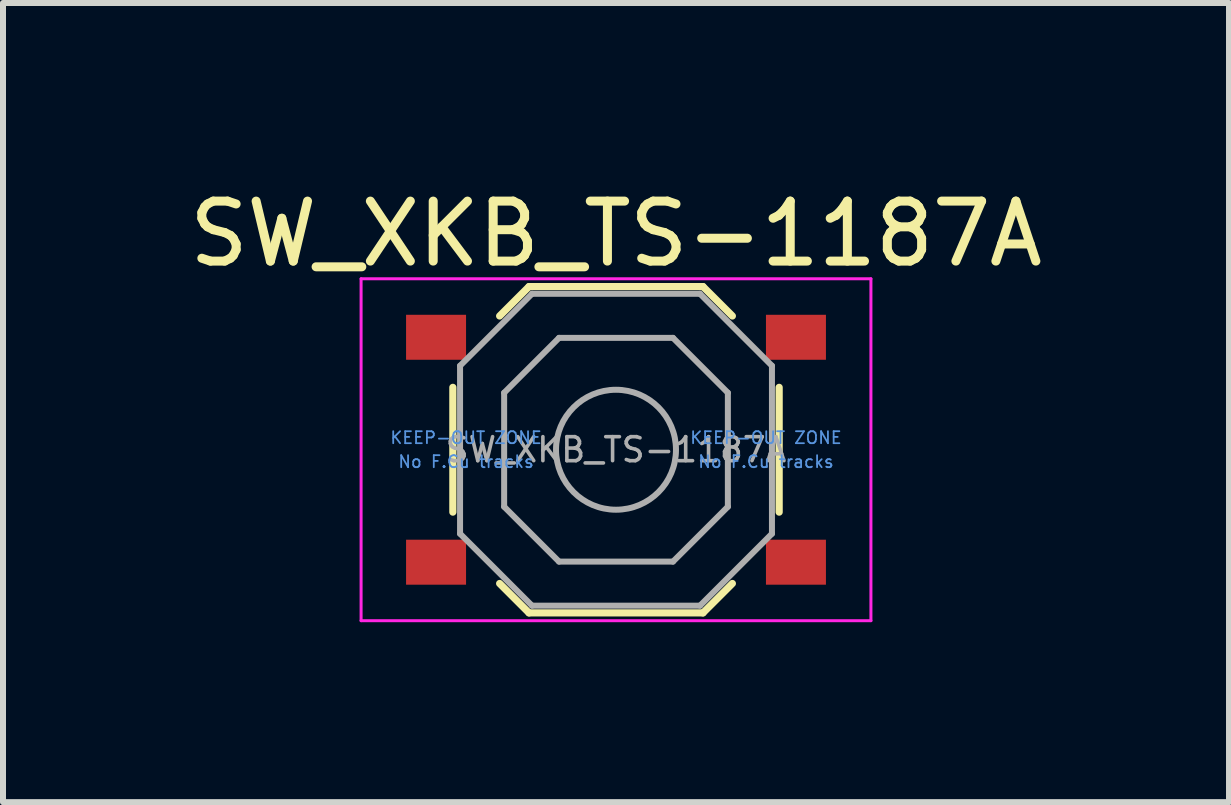
<source format=kicad_pcb>
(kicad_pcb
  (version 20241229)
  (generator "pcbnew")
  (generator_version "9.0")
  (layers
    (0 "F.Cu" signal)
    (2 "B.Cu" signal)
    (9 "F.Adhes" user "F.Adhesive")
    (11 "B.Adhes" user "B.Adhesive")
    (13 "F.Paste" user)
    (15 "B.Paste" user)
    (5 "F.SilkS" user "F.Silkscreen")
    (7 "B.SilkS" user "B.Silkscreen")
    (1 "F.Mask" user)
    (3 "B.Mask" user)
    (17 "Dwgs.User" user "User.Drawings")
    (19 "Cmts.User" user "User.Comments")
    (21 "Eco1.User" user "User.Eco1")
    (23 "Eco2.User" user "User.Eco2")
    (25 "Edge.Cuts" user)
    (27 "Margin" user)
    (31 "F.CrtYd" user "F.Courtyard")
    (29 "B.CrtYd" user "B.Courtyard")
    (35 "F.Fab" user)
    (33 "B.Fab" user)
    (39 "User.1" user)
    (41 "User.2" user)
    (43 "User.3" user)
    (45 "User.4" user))
  (footprint "SW_XKB_TS-1187A"
    (layer "F.Cu")
    (at 7.22 4.448)
    (property "Reference" "SW_XKB_TS-1187A" (at 0 -3.6 0) (layer "F.SilkS") (effects (font (size 1 1) (thickness 0.15))))
    (attr smd)
    (fp_line (start -2.72 1.04) (end -2.72 -1.04) (stroke (width 0.12) (type solid)) (layer "F.SilkS"))
    (fp_line (start -1.45 -2.72) (end -1.94 -2.23) (stroke (width 0.12) (type solid)) (layer "F.SilkS"))
    (fp_line (start -1.45 -2.72) (end 1.45 -2.72) (stroke (width 0.12) (type solid)) (layer "F.SilkS"))
    (fp_line (start -1.45 2.72) (end -1.94 2.23) (stroke (width 0.12) (type solid)) (layer "F.SilkS"))
    (fp_line (start -1.45 2.72) (end 1.45 2.72) (stroke (width 0.12) (type solid)) (layer "F.SilkS"))
    (fp_line (start 1.45 -2.72) (end 1.94 -2.23) (stroke (width 0.12) (type solid)) (layer "F.SilkS"))
    (fp_line (start 1.45 2.72) (end 1.94 2.23) (stroke (width 0.12) (type solid)) (layer "F.SilkS"))
    (fp_line (start 2.72 1.04) (end 2.72 -1.04) (stroke (width 0.12) (type solid)) (layer "F.SilkS"))
    (fp_line (start -4.25 -2.85) (end -4.25 2.85) (stroke (width 0.05) (type solid)) (layer "F.CrtYd"))
    (fp_line (start -4.25 2.85) (end 4.25 2.85) (stroke (width 0.05) (type solid)) (layer "F.CrtYd"))
    (fp_line (start 4.25 -2.85) (end -4.25 -2.85) (stroke (width 0.05) (type solid)) (layer "F.CrtYd"))
    (fp_line (start 4.25 2.85) (end 4.25 -2.85) (stroke (width 0.05) (type solid)) (layer "F.CrtYd"))
    (fp_line (start -2.6 -1.4) (end -1.4 -2.6) (stroke (width 0.1) (type solid)) (layer "F.Fab"))
    (fp_line (start -2.6 1.4) (end -2.6 -1.4) (stroke (width 0.1) (type solid)) (layer "F.Fab"))
    (fp_line (start -1.865 0.95) (end -1.865 -0.95) (stroke (width 0.1) (type solid)) (layer "F.Fab"))
    (fp_line (start -1.4 -2.6) (end 1.4 -2.6) (stroke (width 0.1) (type solid)) (layer "F.Fab"))
    (fp_line (start -1.4 2.6) (end -2.6 1.4) (stroke (width 0.1) (type solid)) (layer "F.Fab"))
    (fp_line (start -0.95 -1.865) (end -1.865 -0.95) (stroke (width 0.1) (type solid)) (layer "F.Fab"))
    (fp_line (start -0.95 -1.865) (end 0.95 -1.865) (stroke (width 0.1) (type solid)) (layer "F.Fab"))
    (fp_line (start -0.95 1.865) (end -1.865 0.95) (stroke (width 0.1) (type solid)) (layer "F.Fab"))
    (fp_line (start 0.95 -1.865) (end 1.865 -0.95) (stroke (width 0.1) (type solid)) (layer "F.Fab"))
    (fp_line (start 0.95 1.865) (end -0.95 1.865) (stroke (width 0.1) (type solid)) (layer "F.Fab"))
    (fp_line (start 0.95 1.865) (end 1.865 0.95) (stroke (width 0.1) (type solid)) (layer "F.Fab"))
    (fp_line (start 1.4 -2.6) (end 2.6 -1.4) (stroke (width 0.1) (type solid)) (layer "F.Fab"))
    (fp_line (start 1.4 2.6) (end -1.4 2.6) (stroke (width 0.1) (type solid)) (layer "F.Fab"))
    (fp_line (start 1.865 -0.95) (end 1.865 0.95) (stroke (width 0.1) (type solid)) (layer "F.Fab"))
    (fp_line (start 2.6 -1.4) (end 2.6 1.4) (stroke (width 0.1) (type solid)) (layer "F.Fab"))
    (fp_line (start 2.6 1.4) (end 1.4 2.6) (stroke (width 0.1) (type solid)) (layer "F.Fab"))
    (fp_circle (center 0 0) (end 1 0) (stroke (width 0.1) (type solid)) (fill no) (layer "F.Fab"))
    (fp_text user "No F.Cu tracks" (at 2.5 0.2 0) (layer "Cmts.User") (effects (font (size 0.2 0.2) (thickness 0.03))))
    (fp_text user "KEEP-OUT ZONE" (at 2.5 -0.2 0) (layer "Cmts.User") (effects (font (size 0.2 0.2) (thickness 0.03))))
    (fp_text user "KEEP-OUT ZONE" (at -2.5 -0.2 0) (layer "Cmts.User") (effects (font (size 0.2 0.2) (thickness 0.03))))
    (fp_text user "No F.Cu tracks" (at -2.5 0.2 0) (layer "Cmts.User") (effects (font (size 0.2 0.2) (thickness 0.03))))
    (fp_text user "${REFERENCE}" (at 0 0 0) (layer "F.Fab") (effects (font (size 0.4 0.4) (thickness 0.06))))
    (pad "1" smd rect (at -3 -1.875) (size 1 0.75) (layers "F.Cu" "F.Mask" "F.Paste"))
    (pad "1" smd rect (at 3 -1.875) (size 1 0.75) (layers "F.Cu" "F.Mask" "F.Paste"))
    (pad "2" smd rect (at -3 1.875) (size 1 0.75) (layers "F.Cu" "F.Mask" "F.Paste"))
    (pad "2" smd rect (at 3 1.875) (size 1 0.75) (layers "F.Cu" "F.Mask" "F.Paste"))
    (zone (net_name "") (layer "F.Cu") (hatch full 0.508) (connect_pads) (min_thickness 0.254) (filled_areas_thickness no) (keepout (tracks not_allowed) (vias not_allowed) (pads not_allowed) (copperpour not_allowed) (footprints not_allowed)) (placement (enabled no)) (fill) (polygon (pts (xy 3.22 3.148) (xy 6.22 3.148) (xy 6.22 5.748) (xy 3.22 5.748))))
    (zone (net_name "") (layer "F.Cu") (hatch full 0.508) (connect_pads) (min_thickness 0.254) (filled_areas_thickness no) (keepout (tracks not_allowed) (vias not_allowed) (pads not_allowed) (copperpour not_allowed) (footprints not_allowed)) (placement (enabled no)) (fill) (polygon (pts (xy 8.22 3.148) (xy 11.22 3.148) (xy 11.22 5.748) (xy 8.22 5.748)))))
  (gr_rect
    (start -3 -3)
    (end 17.44 10.323)
    (stroke (width 0.1) (type default))
    (fill no)
    (layer "Edge.Cuts")))
</source>
